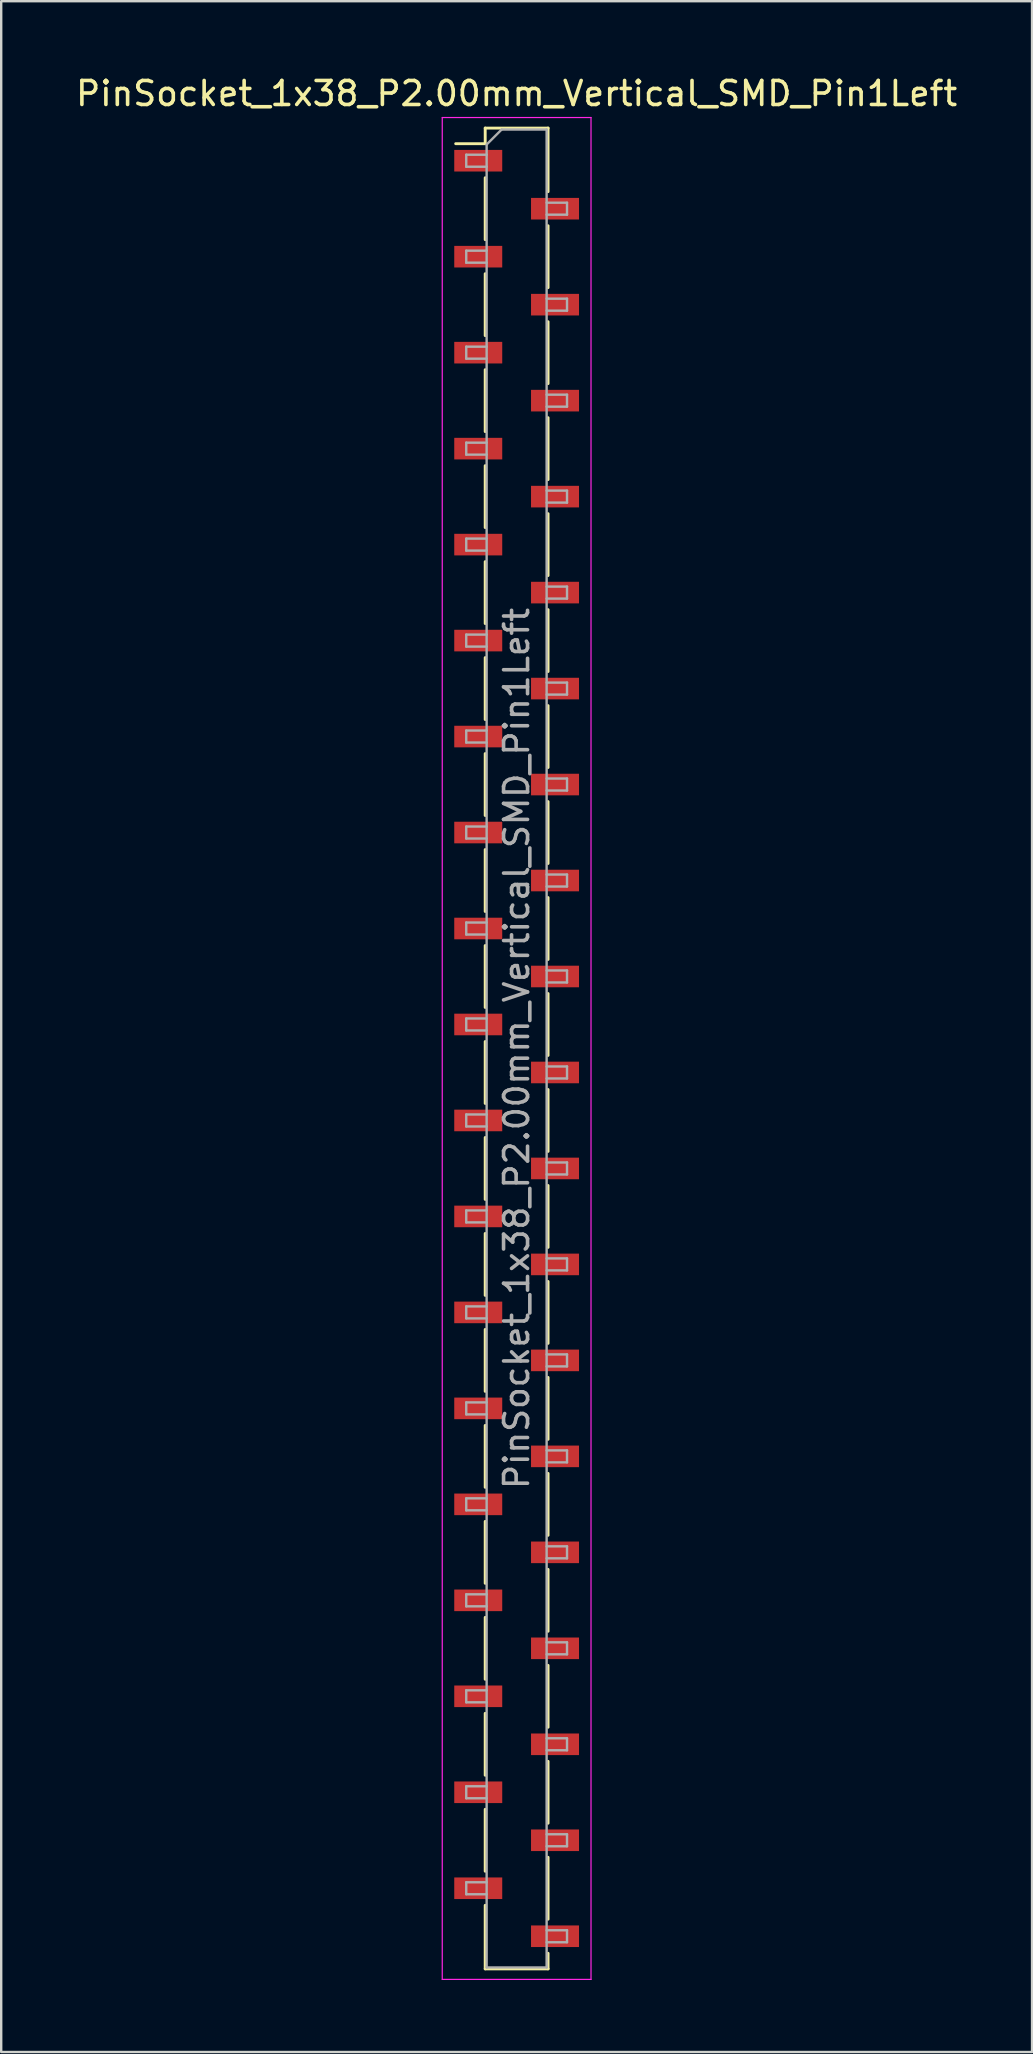
<source format=kicad_pcb>
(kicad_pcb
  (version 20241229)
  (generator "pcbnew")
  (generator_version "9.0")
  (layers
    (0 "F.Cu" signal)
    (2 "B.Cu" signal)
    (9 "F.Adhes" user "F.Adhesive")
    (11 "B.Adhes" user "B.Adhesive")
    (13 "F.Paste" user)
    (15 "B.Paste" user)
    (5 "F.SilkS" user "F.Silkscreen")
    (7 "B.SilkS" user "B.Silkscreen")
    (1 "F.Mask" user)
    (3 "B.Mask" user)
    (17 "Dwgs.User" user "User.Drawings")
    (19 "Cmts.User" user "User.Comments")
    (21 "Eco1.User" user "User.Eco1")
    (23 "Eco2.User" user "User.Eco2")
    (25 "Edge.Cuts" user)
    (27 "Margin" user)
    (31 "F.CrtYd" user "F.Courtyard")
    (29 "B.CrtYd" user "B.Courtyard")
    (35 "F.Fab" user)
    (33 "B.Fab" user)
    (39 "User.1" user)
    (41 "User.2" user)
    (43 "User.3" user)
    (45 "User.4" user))
  (footprint "PinSocket_1x38_P2.00mm_Vertical_SMD_Pin1Left"
    (layer "F.Cu")
    (at 18.482 40.648)
    (property "Reference" "PinSocket_1x38_P2.00mm_Vertical_SMD_Pin1Left" (at 0 -39.8 0) (layer "F.SilkS") (effects (font (size 1 1) (thickness 0.15))))
    (attr smd)
    (fp_line (start -2.54 -37.71) (end -1.31 -37.71) (stroke (width 0.12) (type solid)) (layer "F.SilkS"))
    (fp_line (start -1.31 -38.36) (end -1.31 -37.71) (stroke (width 0.12) (type solid)) (layer "F.SilkS"))
    (fp_line (start -1.31 -38.36) (end 1.31 -38.36) (stroke (width 0.12) (type solid)) (layer "F.SilkS"))
    (fp_line (start -1.31 -36.29) (end -1.31 -33.71) (stroke (width 0.12) (type solid)) (layer "F.SilkS"))
    (fp_line (start -1.31 -32.29) (end -1.31 -29.71) (stroke (width 0.12) (type solid)) (layer "F.SilkS"))
    (fp_line (start -1.31 -28.29) (end -1.31 -25.71) (stroke (width 0.12) (type solid)) (layer "F.SilkS"))
    (fp_line (start -1.31 -24.29) (end -1.31 -21.71) (stroke (width 0.12) (type solid)) (layer "F.SilkS"))
    (fp_line (start -1.31 -20.29) (end -1.31 -17.71) (stroke (width 0.12) (type solid)) (layer "F.SilkS"))
    (fp_line (start -1.31 -16.29) (end -1.31 -13.71) (stroke (width 0.12) (type solid)) (layer "F.SilkS"))
    (fp_line (start -1.31 -12.29) (end -1.31 -9.71) (stroke (width 0.12) (type solid)) (layer "F.SilkS"))
    (fp_line (start -1.31 -8.29) (end -1.31 -5.71) (stroke (width 0.12) (type solid)) (layer "F.SilkS"))
    (fp_line (start -1.31 -4.29) (end -1.31 -1.71) (stroke (width 0.12) (type solid)) (layer "F.SilkS"))
    (fp_line (start -1.31 -0.29) (end -1.31 2.29) (stroke (width 0.12) (type solid)) (layer "F.SilkS"))
    (fp_line (start -1.31 3.71) (end -1.31 6.29) (stroke (width 0.12) (type solid)) (layer "F.SilkS"))
    (fp_line (start -1.31 7.71) (end -1.31 10.29) (stroke (width 0.12) (type solid)) (layer "F.SilkS"))
    (fp_line (start -1.31 11.71) (end -1.31 14.29) (stroke (width 0.12) (type solid)) (layer "F.SilkS"))
    (fp_line (start -1.31 15.71) (end -1.31 18.29) (stroke (width 0.12) (type solid)) (layer "F.SilkS"))
    (fp_line (start -1.31 19.71) (end -1.31 22.29) (stroke (width 0.12) (type solid)) (layer "F.SilkS"))
    (fp_line (start -1.31 23.71) (end -1.31 26.29) (stroke (width 0.12) (type solid)) (layer "F.SilkS"))
    (fp_line (start -1.31 27.71) (end -1.31 30.29) (stroke (width 0.12) (type solid)) (layer "F.SilkS"))
    (fp_line (start -1.31 31.71) (end -1.31 34.29) (stroke (width 0.12) (type solid)) (layer "F.SilkS"))
    (fp_line (start -1.31 35.71) (end -1.31 38.36) (stroke (width 0.12) (type solid)) (layer "F.SilkS"))
    (fp_line (start -1.31 38.36) (end 1.31 38.36) (stroke (width 0.12) (type solid)) (layer "F.SilkS"))
    (fp_line (start 1.31 -38.36) (end 1.31 -35.71) (stroke (width 0.12) (type solid)) (layer "F.SilkS"))
    (fp_line (start 1.31 -34.29) (end 1.31 -31.71) (stroke (width 0.12) (type solid)) (layer "F.SilkS"))
    (fp_line (start 1.31 -30.29) (end 1.31 -27.71) (stroke (width 0.12) (type solid)) (layer "F.SilkS"))
    (fp_line (start 1.31 -26.29) (end 1.31 -23.71) (stroke (width 0.12) (type solid)) (layer "F.SilkS"))
    (fp_line (start 1.31 -22.29) (end 1.31 -19.71) (stroke (width 0.12) (type solid)) (layer "F.SilkS"))
    (fp_line (start 1.31 -18.29) (end 1.31 -15.71) (stroke (width 0.12) (type solid)) (layer "F.SilkS"))
    (fp_line (start 1.31 -14.29) (end 1.31 -11.71) (stroke (width 0.12) (type solid)) (layer "F.SilkS"))
    (fp_line (start 1.31 -10.29) (end 1.31 -7.71) (stroke (width 0.12) (type solid)) (layer "F.SilkS"))
    (fp_line (start 1.31 -6.29) (end 1.31 -3.71) (stroke (width 0.12) (type solid)) (layer "F.SilkS"))
    (fp_line (start 1.31 -2.29) (end 1.31 0.29) (stroke (width 0.12) (type solid)) (layer "F.SilkS"))
    (fp_line (start 1.31 1.71) (end 1.31 4.29) (stroke (width 0.12) (type solid)) (layer "F.SilkS"))
    (fp_line (start 1.31 5.71) (end 1.31 8.29) (stroke (width 0.12) (type solid)) (layer "F.SilkS"))
    (fp_line (start 1.31 9.71) (end 1.31 12.29) (stroke (width 0.12) (type solid)) (layer "F.SilkS"))
    (fp_line (start 1.31 13.71) (end 1.31 16.29) (stroke (width 0.12) (type solid)) (layer "F.SilkS"))
    (fp_line (start 1.31 17.71) (end 1.31 20.29) (stroke (width 0.12) (type solid)) (layer "F.SilkS"))
    (fp_line (start 1.31 21.71) (end 1.31 24.29) (stroke (width 0.12) (type solid)) (layer "F.SilkS"))
    (fp_line (start 1.31 25.71) (end 1.31 28.29) (stroke (width 0.12) (type solid)) (layer "F.SilkS"))
    (fp_line (start 1.31 29.71) (end 1.31 32.29) (stroke (width 0.12) (type solid)) (layer "F.SilkS"))
    (fp_line (start 1.31 33.71) (end 1.31 36.29) (stroke (width 0.12) (type solid)) (layer "F.SilkS"))
    (fp_line (start 1.31 37.71) (end 1.31 38.36) (stroke (width 0.12) (type solid)) (layer "F.SilkS"))
    (fp_line (start -3.1 -38.8) (end 3.1 -38.8) (stroke (width 0.05) (type solid)) (layer "F.CrtYd"))
    (fp_line (start -3.1 38.8) (end -3.1 -38.8) (stroke (width 0.05) (type solid)) (layer "F.CrtYd"))
    (fp_line (start 3.1 -38.8) (end 3.1 38.8) (stroke (width 0.05) (type solid)) (layer "F.CrtYd"))
    (fp_line (start 3.1 38.8) (end -3.1 38.8) (stroke (width 0.05) (type solid)) (layer "F.CrtYd"))
    (fp_line (start -2.1 -37.25) (end -1.25 -37.25) (stroke (width 0.1) (type solid)) (layer "F.Fab"))
    (fp_line (start -2.1 -36.75) (end -2.1 -37.25) (stroke (width 0.1) (type solid)) (layer "F.Fab"))
    (fp_line (start -2.1 -33.25) (end -1.25 -33.25) (stroke (width 0.1) (type solid)) (layer "F.Fab"))
    (fp_line (start -2.1 -32.75) (end -2.1 -33.25) (stroke (width 0.1) (type solid)) (layer "F.Fab"))
    (fp_line (start -2.1 -29.25) (end -1.25 -29.25) (stroke (width 0.1) (type solid)) (layer "F.Fab"))
    (fp_line (start -2.1 -28.75) (end -2.1 -29.25) (stroke (width 0.1) (type solid)) (layer "F.Fab"))
    (fp_line (start -2.1 -25.25) (end -1.25 -25.25) (stroke (width 0.1) (type solid)) (layer "F.Fab"))
    (fp_line (start -2.1 -24.75) (end -2.1 -25.25) (stroke (width 0.1) (type solid)) (layer "F.Fab"))
    (fp_line (start -2.1 -21.25) (end -1.25 -21.25) (stroke (width 0.1) (type solid)) (layer "F.Fab"))
    (fp_line (start -2.1 -20.75) (end -2.1 -21.25) (stroke (width 0.1) (type solid)) (layer "F.Fab"))
    (fp_line (start -2.1 -17.25) (end -1.25 -17.25) (stroke (width 0.1) (type solid)) (layer "F.Fab"))
    (fp_line (start -2.1 -16.75) (end -2.1 -17.25) (stroke (width 0.1) (type solid)) (layer "F.Fab"))
    (fp_line (start -2.1 -13.25) (end -1.25 -13.25) (stroke (width 0.1) (type solid)) (layer "F.Fab"))
    (fp_line (start -2.1 -12.75) (end -2.1 -13.25) (stroke (width 0.1) (type solid)) (layer "F.Fab"))
    (fp_line (start -2.1 -9.25) (end -1.25 -9.25) (stroke (width 0.1) (type solid)) (layer "F.Fab"))
    (fp_line (start -2.1 -8.75) (end -2.1 -9.25) (stroke (width 0.1) (type solid)) (layer "F.Fab"))
    (fp_line (start -2.1 -5.25) (end -1.25 -5.25) (stroke (width 0.1) (type solid)) (layer "F.Fab"))
    (fp_line (start -2.1 -4.75) (end -2.1 -5.25) (stroke (width 0.1) (type solid)) (layer "F.Fab"))
    (fp_line (start -2.1 -1.25) (end -1.25 -1.25) (stroke (width 0.1) (type solid)) (layer "F.Fab"))
    (fp_line (start -2.1 -0.75) (end -2.1 -1.25) (stroke (width 0.1) (type solid)) (layer "F.Fab"))
    (fp_line (start -2.1 2.75) (end -1.25 2.75) (stroke (width 0.1) (type solid)) (layer "F.Fab"))
    (fp_line (start -2.1 3.25) (end -2.1 2.75) (stroke (width 0.1) (type solid)) (layer "F.Fab"))
    (fp_line (start -2.1 6.75) (end -1.25 6.75) (stroke (width 0.1) (type solid)) (layer "F.Fab"))
    (fp_line (start -2.1 7.25) (end -2.1 6.75) (stroke (width 0.1) (type solid)) (layer "F.Fab"))
    (fp_line (start -2.1 10.75) (end -1.25 10.75) (stroke (width 0.1) (type solid)) (layer "F.Fab"))
    (fp_line (start -2.1 11.25) (end -2.1 10.75) (stroke (width 0.1) (type solid)) (layer "F.Fab"))
    (fp_line (start -2.1 14.75) (end -1.25 14.75) (stroke (width 0.1) (type solid)) (layer "F.Fab"))
    (fp_line (start -2.1 15.25) (end -2.1 14.75) (stroke (width 0.1) (type solid)) (layer "F.Fab"))
    (fp_line (start -2.1 18.75) (end -1.25 18.75) (stroke (width 0.1) (type solid)) (layer "F.Fab"))
    (fp_line (start -2.1 19.25) (end -2.1 18.75) (stroke (width 0.1) (type solid)) (layer "F.Fab"))
    (fp_line (start -2.1 22.75) (end -1.25 22.75) (stroke (width 0.1) (type solid)) (layer "F.Fab"))
    (fp_line (start -2.1 23.25) (end -2.1 22.75) (stroke (width 0.1) (type solid)) (layer "F.Fab"))
    (fp_line (start -2.1 26.75) (end -1.25 26.75) (stroke (width 0.1) (type solid)) (layer "F.Fab"))
    (fp_line (start -2.1 27.25) (end -2.1 26.75) (stroke (width 0.1) (type solid)) (layer "F.Fab"))
    (fp_line (start -2.1 30.75) (end -1.25 30.75) (stroke (width 0.1) (type solid)) (layer "F.Fab"))
    (fp_line (start -2.1 31.25) (end -2.1 30.75) (stroke (width 0.1) (type solid)) (layer "F.Fab"))
    (fp_line (start -2.1 34.75) (end -1.25 34.75) (stroke (width 0.1) (type solid)) (layer "F.Fab"))
    (fp_line (start -2.1 35.25) (end -2.1 34.75) (stroke (width 0.1) (type solid)) (layer "F.Fab"))
    (fp_line (start -1.25 -37.675) (end -0.625 -38.3) (stroke (width 0.1) (type solid)) (layer "F.Fab"))
    (fp_line (start -1.25 -36.75) (end -2.1 -36.75) (stroke (width 0.1) (type solid)) (layer "F.Fab"))
    (fp_line (start -1.25 -32.75) (end -2.1 -32.75) (stroke (width 0.1) (type solid)) (layer "F.Fab"))
    (fp_line (start -1.25 -28.75) (end -2.1 -28.75) (stroke (width 0.1) (type solid)) (layer "F.Fab"))
    (fp_line (start -1.25 -24.75) (end -2.1 -24.75) (stroke (width 0.1) (type solid)) (layer "F.Fab"))
    (fp_line (start -1.25 -20.75) (end -2.1 -20.75) (stroke (width 0.1) (type solid)) (layer "F.Fab"))
    (fp_line (start -1.25 -16.75) (end -2.1 -16.75) (stroke (width 0.1) (type solid)) (layer "F.Fab"))
    (fp_line (start -1.25 -12.75) (end -2.1 -12.75) (stroke (width 0.1) (type solid)) (layer "F.Fab"))
    (fp_line (start -1.25 -8.75) (end -2.1 -8.75) (stroke (width 0.1) (type solid)) (layer "F.Fab"))
    (fp_line (start -1.25 -4.75) (end -2.1 -4.75) (stroke (width 0.1) (type solid)) (layer "F.Fab"))
    (fp_line (start -1.25 -0.75) (end -2.1 -0.75) (stroke (width 0.1) (type solid)) (layer "F.Fab"))
    (fp_line (start -1.25 3.25) (end -2.1 3.25) (stroke (width 0.1) (type solid)) (layer "F.Fab"))
    (fp_line (start -1.25 7.25) (end -2.1 7.25) (stroke (width 0.1) (type solid)) (layer "F.Fab"))
    (fp_line (start -1.25 11.25) (end -2.1 11.25) (stroke (width 0.1) (type solid)) (layer "F.Fab"))
    (fp_line (start -1.25 15.25) (end -2.1 15.25) (stroke (width 0.1) (type solid)) (layer "F.Fab"))
    (fp_line (start -1.25 19.25) (end -2.1 19.25) (stroke (width 0.1) (type solid)) (layer "F.Fab"))
    (fp_line (start -1.25 23.25) (end -2.1 23.25) (stroke (width 0.1) (type solid)) (layer "F.Fab"))
    (fp_line (start -1.25 27.25) (end -2.1 27.25) (stroke (width 0.1) (type solid)) (layer "F.Fab"))
    (fp_line (start -1.25 31.25) (end -2.1 31.25) (stroke (width 0.1) (type solid)) (layer "F.Fab"))
    (fp_line (start -1.25 35.25) (end -2.1 35.25) (stroke (width 0.1) (type solid)) (layer "F.Fab"))
    (fp_line (start -1.25 38.3) (end -1.25 -37.675) (stroke (width 0.1) (type solid)) (layer "F.Fab"))
    (fp_line (start -0.625 -38.3) (end 1.25 -38.3) (stroke (width 0.1) (type solid)) (layer "F.Fab"))
    (fp_line (start 1.25 -38.3) (end 1.25 38.3) (stroke (width 0.1) (type solid)) (layer "F.Fab"))
    (fp_line (start 1.25 -35.25) (end 2.1 -35.25) (stroke (width 0.1) (type solid)) (layer "F.Fab"))
    (fp_line (start 1.25 -31.25) (end 2.1 -31.25) (stroke (width 0.1) (type solid)) (layer "F.Fab"))
    (fp_line (start 1.25 -27.25) (end 2.1 -27.25) (stroke (width 0.1) (type solid)) (layer "F.Fab"))
    (fp_line (start 1.25 -23.25) (end 2.1 -23.25) (stroke (width 0.1) (type solid)) (layer "F.Fab"))
    (fp_line (start 1.25 -19.25) (end 2.1 -19.25) (stroke (width 0.1) (type solid)) (layer "F.Fab"))
    (fp_line (start 1.25 -15.25) (end 2.1 -15.25) (stroke (width 0.1) (type solid)) (layer "F.Fab"))
    (fp_line (start 1.25 -11.25) (end 2.1 -11.25) (stroke (width 0.1) (type solid)) (layer "F.Fab"))
    (fp_line (start 1.25 -7.25) (end 2.1 -7.25) (stroke (width 0.1) (type solid)) (layer "F.Fab"))
    (fp_line (start 1.25 -3.25) (end 2.1 -3.25) (stroke (width 0.1) (type solid)) (layer "F.Fab"))
    (fp_line (start 1.25 0.75) (end 2.1 0.75) (stroke (width 0.1) (type solid)) (layer "F.Fab"))
    (fp_line (start 1.25 4.75) (end 2.1 4.75) (stroke (width 0.1) (type solid)) (layer "F.Fab"))
    (fp_line (start 1.25 8.75) (end 2.1 8.75) (stroke (width 0.1) (type solid)) (layer "F.Fab"))
    (fp_line (start 1.25 12.75) (end 2.1 12.75) (stroke (width 0.1) (type solid)) (layer "F.Fab"))
    (fp_line (start 1.25 16.75) (end 2.1 16.75) (stroke (width 0.1) (type solid)) (layer "F.Fab"))
    (fp_line (start 1.25 20.75) (end 2.1 20.75) (stroke (width 0.1) (type solid)) (layer "F.Fab"))
    (fp_line (start 1.25 24.75) (end 2.1 24.75) (stroke (width 0.1) (type solid)) (layer "F.Fab"))
    (fp_line (start 1.25 28.75) (end 2.1 28.75) (stroke (width 0.1) (type solid)) (layer "F.Fab"))
    (fp_line (start 1.25 32.75) (end 2.1 32.75) (stroke (width 0.1) (type solid)) (layer "F.Fab"))
    (fp_line (start 1.25 36.75) (end 2.1 36.75) (stroke (width 0.1) (type solid)) (layer "F.Fab"))
    (fp_line (start 1.25 38.3) (end -1.25 38.3) (stroke (width 0.1) (type solid)) (layer "F.Fab"))
    (fp_line (start 2.1 -35.25) (end 2.1 -34.75) (stroke (width 0.1) (type solid)) (layer "F.Fab"))
    (fp_line (start 2.1 -34.75) (end 1.25 -34.75) (stroke (width 0.1) (type solid)) (layer "F.Fab"))
    (fp_line (start 2.1 -31.25) (end 2.1 -30.75) (stroke (width 0.1) (type solid)) (layer "F.Fab"))
    (fp_line (start 2.1 -30.75) (end 1.25 -30.75) (stroke (width 0.1) (type solid)) (layer "F.Fab"))
    (fp_line (start 2.1 -27.25) (end 2.1 -26.75) (stroke (width 0.1) (type solid)) (layer "F.Fab"))
    (fp_line (start 2.1 -26.75) (end 1.25 -26.75) (stroke (width 0.1) (type solid)) (layer "F.Fab"))
    (fp_line (start 2.1 -23.25) (end 2.1 -22.75) (stroke (width 0.1) (type solid)) (layer "F.Fab"))
    (fp_line (start 2.1 -22.75) (end 1.25 -22.75) (stroke (width 0.1) (type solid)) (layer "F.Fab"))
    (fp_line (start 2.1 -19.25) (end 2.1 -18.75) (stroke (width 0.1) (type solid)) (layer "F.Fab"))
    (fp_line (start 2.1 -18.75) (end 1.25 -18.75) (stroke (width 0.1) (type solid)) (layer "F.Fab"))
    (fp_line (start 2.1 -15.25) (end 2.1 -14.75) (stroke (width 0.1) (type solid)) (layer "F.Fab"))
    (fp_line (start 2.1 -14.75) (end 1.25 -14.75) (stroke (width 0.1) (type solid)) (layer "F.Fab"))
    (fp_line (start 2.1 -11.25) (end 2.1 -10.75) (stroke (width 0.1) (type solid)) (layer "F.Fab"))
    (fp_line (start 2.1 -10.75) (end 1.25 -10.75) (stroke (width 0.1) (type solid)) (layer "F.Fab"))
    (fp_line (start 2.1 -7.25) (end 2.1 -6.75) (stroke (width 0.1) (type solid)) (layer "F.Fab"))
    (fp_line (start 2.1 -6.75) (end 1.25 -6.75) (stroke (width 0.1) (type solid)) (layer "F.Fab"))
    (fp_line (start 2.1 -3.25) (end 2.1 -2.75) (stroke (width 0.1) (type solid)) (layer "F.Fab"))
    (fp_line (start 2.1 -2.75) (end 1.25 -2.75) (stroke (width 0.1) (type solid)) (layer "F.Fab"))
    (fp_line (start 2.1 0.75) (end 2.1 1.25) (stroke (width 0.1) (type solid)) (layer "F.Fab"))
    (fp_line (start 2.1 1.25) (end 1.25 1.25) (stroke (width 0.1) (type solid)) (layer "F.Fab"))
    (fp_line (start 2.1 4.75) (end 2.1 5.25) (stroke (width 0.1) (type solid)) (layer "F.Fab"))
    (fp_line (start 2.1 5.25) (end 1.25 5.25) (stroke (width 0.1) (type solid)) (layer "F.Fab"))
    (fp_line (start 2.1 8.75) (end 2.1 9.25) (stroke (width 0.1) (type solid)) (layer "F.Fab"))
    (fp_line (start 2.1 9.25) (end 1.25 9.25) (stroke (width 0.1) (type solid)) (layer "F.Fab"))
    (fp_line (start 2.1 12.75) (end 2.1 13.25) (stroke (width 0.1) (type solid)) (layer "F.Fab"))
    (fp_line (start 2.1 13.25) (end 1.25 13.25) (stroke (width 0.1) (type solid)) (layer "F.Fab"))
    (fp_line (start 2.1 16.75) (end 2.1 17.25) (stroke (width 0.1) (type solid)) (layer "F.Fab"))
    (fp_line (start 2.1 17.25) (end 1.25 17.25) (stroke (width 0.1) (type solid)) (layer "F.Fab"))
    (fp_line (start 2.1 20.75) (end 2.1 21.25) (stroke (width 0.1) (type solid)) (layer "F.Fab"))
    (fp_line (start 2.1 21.25) (end 1.25 21.25) (stroke (width 0.1) (type solid)) (layer "F.Fab"))
    (fp_line (start 2.1 24.75) (end 2.1 25.25) (stroke (width 0.1) (type solid)) (layer "F.Fab"))
    (fp_line (start 2.1 25.25) (end 1.25 25.25) (stroke (width 0.1) (type solid)) (layer "F.Fab"))
    (fp_line (start 2.1 28.75) (end 2.1 29.25) (stroke (width 0.1) (type solid)) (layer "F.Fab"))
    (fp_line (start 2.1 29.25) (end 1.25 29.25) (stroke (width 0.1) (type solid)) (layer "F.Fab"))
    (fp_line (start 2.1 32.75) (end 2.1 33.25) (stroke (width 0.1) (type solid)) (layer "F.Fab"))
    (fp_line (start 2.1 33.25) (end 1.25 33.25) (stroke (width 0.1) (type solid)) (layer "F.Fab"))
    (fp_line (start 2.1 36.75) (end 2.1 37.25) (stroke (width 0.1) (type solid)) (layer "F.Fab"))
    (fp_line (start 2.1 37.25) (end 1.25 37.25) (stroke (width 0.1) (type solid)) (layer "F.Fab"))
    (fp_text user "${REFERENCE}" (at 0 0 90) (layer "F.Fab") (effects (font (size 1 1) (thickness 0.15))))
    (pad "1" smd rect (at -1.6 -37) (size 2 0.9) (layers "F.Cu" "F.Mask" "F.Paste"))
    (pad "2" smd rect (at 1.6 -35) (size 2 0.9) (layers "F.Cu" "F.Mask" "F.Paste"))
    (pad "3" smd rect (at -1.6 -33) (size 2 0.9) (layers "F.Cu" "F.Mask" "F.Paste"))
    (pad "4" smd rect (at 1.6 -31) (size 2 0.9) (layers "F.Cu" "F.Mask" "F.Paste"))
    (pad "5" smd rect (at -1.6 -29) (size 2 0.9) (layers "F.Cu" "F.Mask" "F.Paste"))
    (pad "6" smd rect (at 1.6 -27) (size 2 0.9) (layers "F.Cu" "F.Mask" "F.Paste"))
    (pad "7" smd rect (at -1.6 -25) (size 2 0.9) (layers "F.Cu" "F.Mask" "F.Paste"))
    (pad "8" smd rect (at 1.6 -23) (size 2 0.9) (layers "F.Cu" "F.Mask" "F.Paste"))
    (pad "9" smd rect (at -1.6 -21) (size 2 0.9) (layers "F.Cu" "F.Mask" "F.Paste"))
    (pad "10" smd rect (at 1.6 -19) (size 2 0.9) (layers "F.Cu" "F.Mask" "F.Paste"))
    (pad "11" smd rect (at -1.6 -17) (size 2 0.9) (layers "F.Cu" "F.Mask" "F.Paste"))
    (pad "12" smd rect (at 1.6 -15) (size 2 0.9) (layers "F.Cu" "F.Mask" "F.Paste"))
    (pad "13" smd rect (at -1.6 -13) (size 2 0.9) (layers "F.Cu" "F.Mask" "F.Paste"))
    (pad "14" smd rect (at 1.6 -11) (size 2 0.9) (layers "F.Cu" "F.Mask" "F.Paste"))
    (pad "15" smd rect (at -1.6 -9) (size 2 0.9) (layers "F.Cu" "F.Mask" "F.Paste"))
    (pad "16" smd rect (at 1.6 -7) (size 2 0.9) (layers "F.Cu" "F.Mask" "F.Paste"))
    (pad "17" smd rect (at -1.6 -5) (size 2 0.9) (layers "F.Cu" "F.Mask" "F.Paste"))
    (pad "18" smd rect (at 1.6 -3) (size 2 0.9) (layers "F.Cu" "F.Mask" "F.Paste"))
    (pad "19" smd rect (at -1.6 -1) (size 2 0.9) (layers "F.Cu" "F.Mask" "F.Paste"))
    (pad "20" smd rect (at 1.6 1) (size 2 0.9) (layers "F.Cu" "F.Mask" "F.Paste"))
    (pad "21" smd rect (at -1.6 3) (size 2 0.9) (layers "F.Cu" "F.Mask" "F.Paste"))
    (pad "22" smd rect (at 1.6 5) (size 2 0.9) (layers "F.Cu" "F.Mask" "F.Paste"))
    (pad "23" smd rect (at -1.6 7) (size 2 0.9) (layers "F.Cu" "F.Mask" "F.Paste"))
    (pad "24" smd rect (at 1.6 9) (size 2 0.9) (layers "F.Cu" "F.Mask" "F.Paste"))
    (pad "25" smd rect (at -1.6 11) (size 2 0.9) (layers "F.Cu" "F.Mask" "F.Paste"))
    (pad "26" smd rect (at 1.6 13) (size 2 0.9) (layers "F.Cu" "F.Mask" "F.Paste"))
    (pad "27" smd rect (at -1.6 15) (size 2 0.9) (layers "F.Cu" "F.Mask" "F.Paste"))
    (pad "28" smd rect (at 1.6 17) (size 2 0.9) (layers "F.Cu" "F.Mask" "F.Paste"))
    (pad "29" smd rect (at -1.6 19) (size 2 0.9) (layers "F.Cu" "F.Mask" "F.Paste"))
    (pad "30" smd rect (at 1.6 21) (size 2 0.9) (layers "F.Cu" "F.Mask" "F.Paste"))
    (pad "31" smd rect (at -1.6 23) (size 2 0.9) (layers "F.Cu" "F.Mask" "F.Paste"))
    (pad "32" smd rect (at 1.6 25) (size 2 0.9) (layers "F.Cu" "F.Mask" "F.Paste"))
    (pad "33" smd rect (at -1.6 27) (size 2 0.9) (layers "F.Cu" "F.Mask" "F.Paste"))
    (pad "34" smd rect (at 1.6 29) (size 2 0.9) (layers "F.Cu" "F.Mask" "F.Paste"))
    (pad "35" smd rect (at -1.6 31) (size 2 0.9) (layers "F.Cu" "F.Mask" "F.Paste"))
    (pad "36" smd rect (at 1.6 33) (size 2 0.9) (layers "F.Cu" "F.Mask" "F.Paste"))
    (pad "37" smd rect (at -1.6 35) (size 2 0.9) (layers "F.Cu" "F.Mask" "F.Paste"))
    (pad "38" smd rect (at 1.6 37) (size 2 0.9) (layers "F.Cu" "F.Mask" "F.Paste")))
  (gr_rect
    (start -3 -3)
    (end 39.964 82.473)
    (stroke (width 0.1) (type default))
    (fill no)
    (layer "Edge.Cuts")))
</source>
